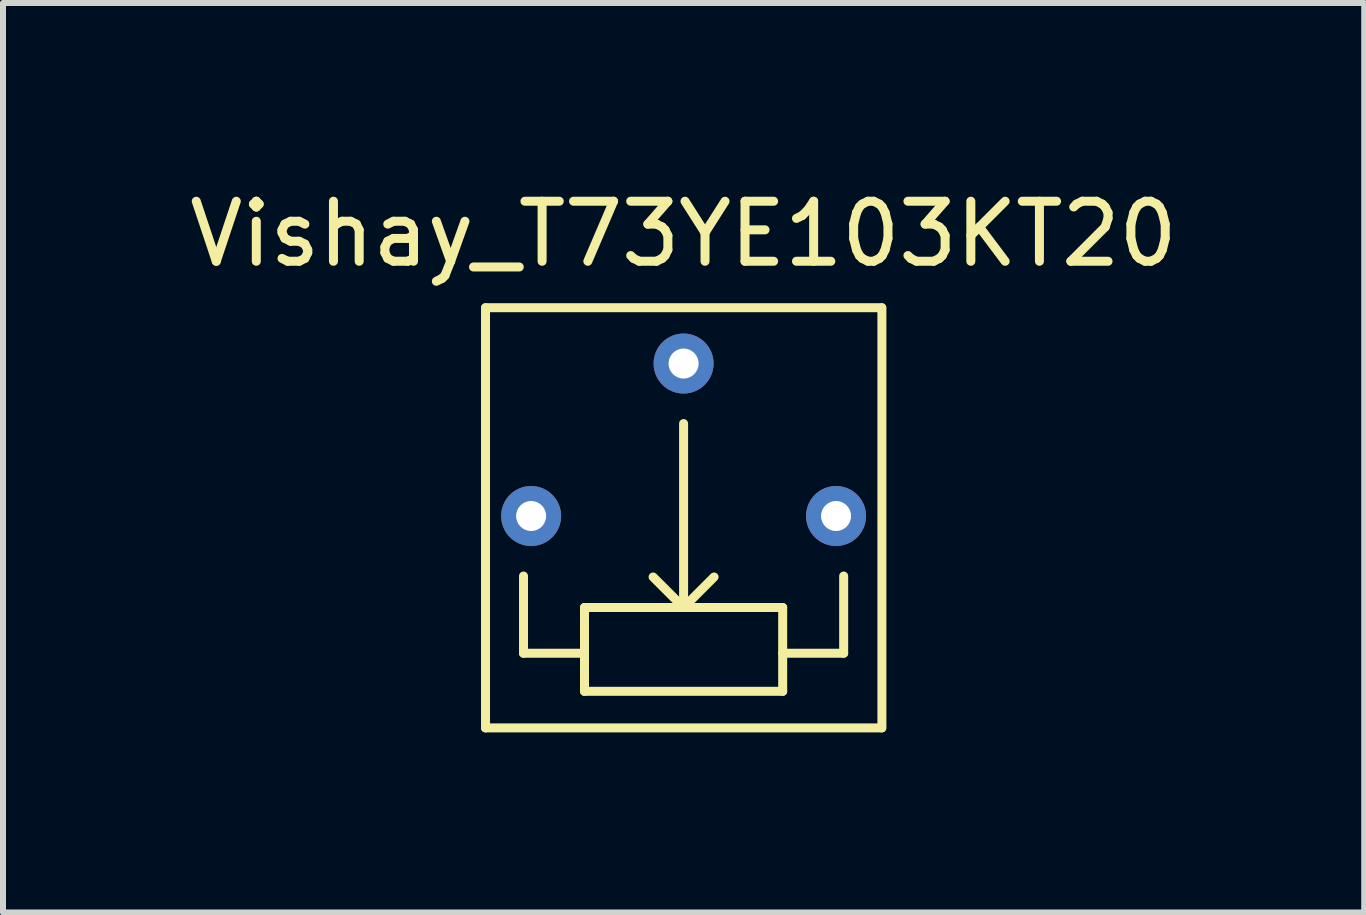
<source format=kicad_pcb>
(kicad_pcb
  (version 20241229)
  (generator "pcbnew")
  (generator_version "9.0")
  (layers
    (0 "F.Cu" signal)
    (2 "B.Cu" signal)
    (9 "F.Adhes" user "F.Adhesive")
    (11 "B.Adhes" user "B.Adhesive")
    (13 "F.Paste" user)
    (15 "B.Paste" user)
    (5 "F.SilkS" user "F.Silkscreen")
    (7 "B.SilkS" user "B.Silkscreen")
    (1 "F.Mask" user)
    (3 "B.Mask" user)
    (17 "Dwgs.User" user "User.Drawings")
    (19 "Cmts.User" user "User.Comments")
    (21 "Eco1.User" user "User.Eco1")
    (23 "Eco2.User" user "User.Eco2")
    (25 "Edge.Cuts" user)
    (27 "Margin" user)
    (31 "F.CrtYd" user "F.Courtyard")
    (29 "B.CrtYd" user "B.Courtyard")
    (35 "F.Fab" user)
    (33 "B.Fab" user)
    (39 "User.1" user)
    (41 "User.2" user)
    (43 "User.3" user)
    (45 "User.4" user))
  (footprint "Vishay_T73YE103KT20"
    (layer "F.Cu")
    (at 8.339 3.007)
    (property "Reference" "Vishay_T73YE103KT20" (at 0 -2.159 0) (layer "F.SilkS") (effects (font (size 1 1) (thickness 0.15))))
    (attr through_hole)
    (fp_line (start -3.3 -0.93) (end -3.3 6.07) (stroke (width 0.15) (type solid)) (layer "F.SilkS"))
    (fp_line (start -3.3 -0.93) (end 3.3 -0.93) (stroke (width 0.15) (type solid)) (layer "F.SilkS"))
    (fp_line (start -3.3 6.07) (end 3.3 6.07) (stroke (width 0.15) (type solid)) (layer "F.SilkS"))
    (fp_line (start -2.667 3.54) (end -2.667 4.826) (stroke (width 0.15) (type solid)) (layer "F.SilkS"))
    (fp_line (start -1.651 4.064) (end 1.651 4.064) (stroke (width 0.15) (type solid)) (layer "F.SilkS"))
    (fp_line (start -1.651 4.826) (end -2.667 4.826) (stroke (width 0.15) (type solid)) (layer "F.SilkS"))
    (fp_line (start -1.651 5.461) (end -1.651 4.064) (stroke (width 0.15) (type solid)) (layer "F.SilkS"))
    (fp_line (start 0 1) (end 0 4.064) (stroke (width 0.15) (type solid)) (layer "F.SilkS"))
    (fp_line (start 0 4.064) (end -0.508 3.556) (stroke (width 0.15) (type solid)) (layer "F.SilkS"))
    (fp_line (start 0 4.064) (end 0.508 3.556) (stroke (width 0.15) (type solid)) (layer "F.SilkS"))
    (fp_line (start 1.651 4.064) (end 1.651 5.461) (stroke (width 0.15) (type solid)) (layer "F.SilkS"))
    (fp_line (start 1.651 4.826) (end 2.667 4.826) (stroke (width 0.15) (type solid)) (layer "F.SilkS"))
    (fp_line (start 1.651 5.461) (end -1.651 5.461) (stroke (width 0.15) (type solid)) (layer "F.SilkS"))
    (fp_line (start 2.667 3.54) (end 2.667 4.826) (stroke (width 0.15) (type solid)) (layer "F.SilkS"))
    (fp_line (start 3.304 -0.93) (end 3.304 6.07) (stroke (width 0.15) (type solid)) (layer "F.SilkS"))
    (pad "1" thru_hole circle (at 2.54 2.54) (size 1 1) (drill 0.5) (layers "*.Cu" "*.Mask"))
    (pad "2" thru_hole circle (at 0 0) (size 1 1) (drill 0.5) (layers "*.Cu" "*.Mask"))
    (pad "3" thru_hole circle (at -2.54 2.54) (size 1 1) (drill 0.5) (layers "*.Cu" "*.Mask")))
  (gr_rect
    (start -3 -3)
    (end 19.679 12.152)
    (stroke (width 0.1) (type default))
    (fill no)
    (layer "Edge.Cuts")))
</source>
